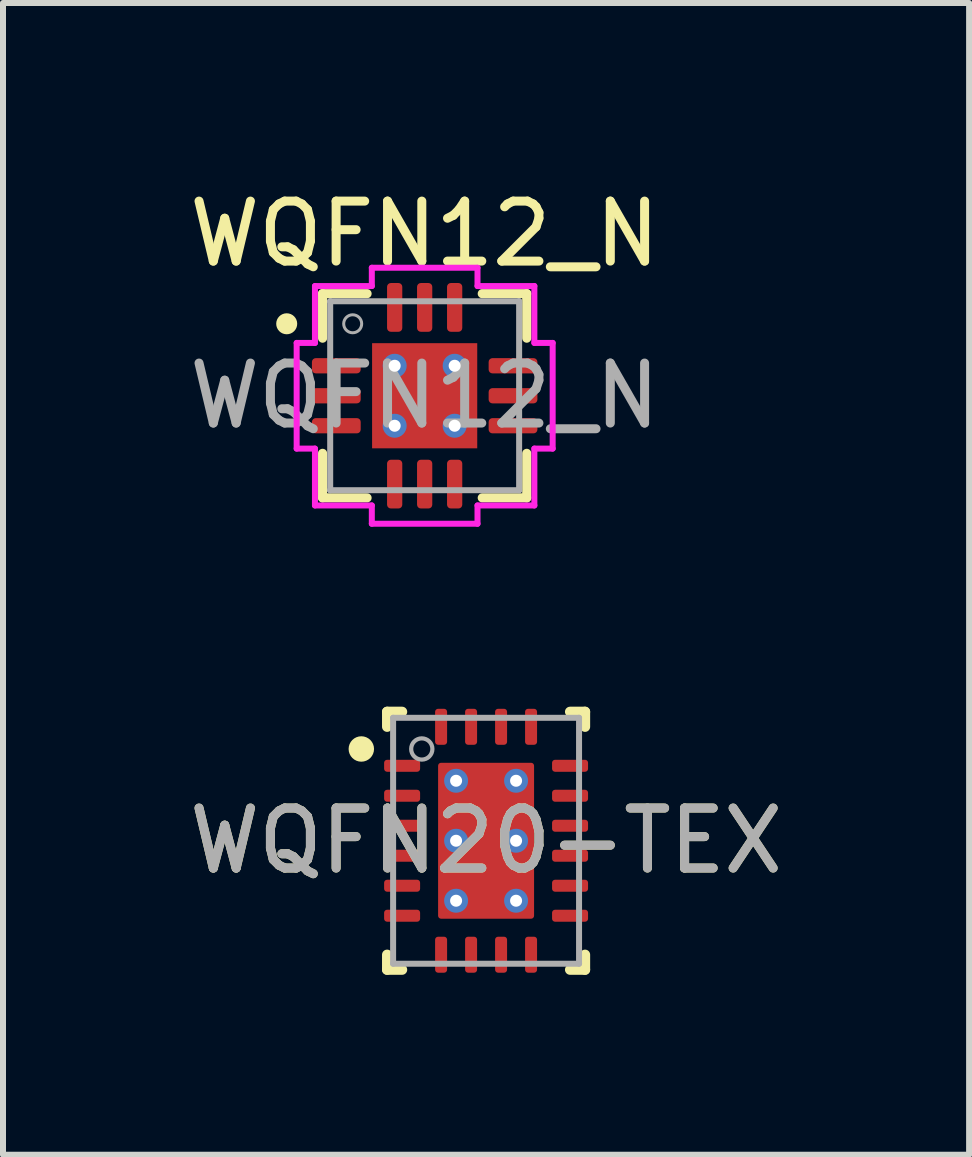
<source format=kicad_pcb>
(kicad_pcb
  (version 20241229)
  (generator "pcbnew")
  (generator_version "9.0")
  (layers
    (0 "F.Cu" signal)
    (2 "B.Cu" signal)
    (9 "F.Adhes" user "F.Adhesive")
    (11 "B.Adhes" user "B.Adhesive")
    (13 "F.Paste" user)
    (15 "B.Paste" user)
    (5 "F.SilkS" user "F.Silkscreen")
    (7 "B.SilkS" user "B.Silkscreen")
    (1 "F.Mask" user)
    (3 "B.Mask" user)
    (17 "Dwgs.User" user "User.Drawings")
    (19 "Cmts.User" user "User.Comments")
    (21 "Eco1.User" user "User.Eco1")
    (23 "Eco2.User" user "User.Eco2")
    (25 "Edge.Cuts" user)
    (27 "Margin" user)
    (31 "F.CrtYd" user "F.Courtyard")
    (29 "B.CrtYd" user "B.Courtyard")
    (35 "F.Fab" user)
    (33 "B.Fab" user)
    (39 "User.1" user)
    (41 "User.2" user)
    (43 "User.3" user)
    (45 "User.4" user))
  (footprint "WQFN20-TEX"
    (layer "F.Cu")
    (at 5.054 10.967)
    (property "Reference" "WQFN20-TEX" (at 0 0 0) (unlocked yes) (layer "F.SilkS") (effects (font (size 1 1) (thickness 0.15))))
    (attr smd)
    (fp_line (start -1.65 -1.9) (end -1.65 -2.15) (stroke (width 0.17) (type solid)) (layer "F.SilkS"))
    (fp_line (start -1.65 2.15) (end -1.65 1.9) (stroke (width 0.17) (type solid)) (layer "F.SilkS"))
    (fp_line (start -1.65 2.15) (end -1.4 2.15) (stroke (width 0.17) (type solid)) (layer "F.SilkS"))
    (fp_line (start -1.4 -2.15) (end -1.65 -2.15) (stroke (width 0.17) (type solid)) (layer "F.SilkS"))
    (fp_line (start 1.4 2.15) (end 1.65 2.15) (stroke (width 0.17) (type solid)) (layer "F.SilkS"))
    (fp_line (start 1.4 -2.15) (end 1.65 -2.15) (stroke (width 0.17) (type solid)) (layer "F.SilkS"))
    (fp_line (start 1.65 -1.9) (end 1.65 -2.15) (stroke (width 0.17) (type solid)) (layer "F.SilkS"))
    (fp_line (start 1.65 2.15) (end 1.65 1.9) (stroke (width 0.17) (type solid)) (layer "F.SilkS"))
    (fp_circle (center -2.08 -1.53) (end -1.903 -1.53) (stroke (width 0.07) (type solid)) (fill yes) (layer "F.SilkS"))
    (fp_rect (start -0.735 -1.25) (end 0.735 -0.1) (stroke (width 0) (type solid)) (fill yes) (layer "F.Paste"))
    (fp_rect (start -0.735 1.25) (end 0.735 0.1) (stroke (width 0) (type solid)) (fill yes) (layer "F.Paste"))
    (fp_line (start -1.55 -2.05) (end 1.55 -2.05) (stroke (width 0.1) (type solid)) (layer "F.Fab"))
    (fp_line (start -1.55 2.05) (end -1.55 -2.05) (stroke (width 0.1) (type solid)) (layer "F.Fab"))
    (fp_line (start -1.55 2.05) (end 1.55 2.05) (stroke (width 0.1) (type solid)) (layer "F.Fab"))
    (fp_line (start 1.55 2.05) (end 1.55 -2.05) (stroke (width 0.1) (type solid)) (layer "F.Fab"))
    (fp_circle (center -1.072 -1.53) (end -0.895 -1.53) (stroke (width 0.07) (type solid)) (fill no) (layer "F.Fab"))
    (fp_text user "${REFERENCE}" (at 0 0 0) (unlocked yes) (layer "F.Fab") (effects (font (size 1 1) (thickness 0.15))))
    (pad "1" smd roundrect (at -1.4 -1.25 90) (size 0.2 0.6) (layers "F.Cu" "F.Mask" "F.Paste") (roundrect_rratio 0.25))
    (pad "2" smd roundrect (at -1.4 -0.75 90) (size 0.2 0.6) (layers "F.Cu" "F.Mask" "F.Paste") (roundrect_rratio 0.25))
    (pad "3" smd roundrect (at -1.4 -0.25 90) (size 0.2 0.6) (layers "F.Cu" "F.Mask" "F.Paste") (roundrect_rratio 0.25))
    (pad "4" smd roundrect (at -1.4 0.25 90) (size 0.2 0.6) (layers "F.Cu" "F.Mask" "F.Paste") (roundrect_rratio 0.25))
    (pad "5" smd roundrect (at -1.4 0.75 90) (size 0.2 0.6) (layers "F.Cu" "F.Mask" "F.Paste") (roundrect_rratio 0.25))
    (pad "6" smd roundrect (at -1.4 1.25 90) (size 0.2 0.6) (layers "F.Cu" "F.Mask" "F.Paste") (roundrect_rratio 0.25))
    (pad "7" smd roundrect (at -0.75 1.9) (size 0.2 0.6) (layers "F.Cu" "F.Mask" "F.Paste") (roundrect_rratio 0.25))
    (pad "8" smd roundrect (at -0.25 1.9) (size 0.2 0.6) (layers "F.Cu" "F.Mask" "F.Paste") (roundrect_rratio 0.25))
    (pad "9" smd roundrect (at 0.25 1.9) (size 0.2 0.6) (layers "F.Cu" "F.Mask" "F.Paste") (roundrect_rratio 0.25))
    (pad "10" smd roundrect (at 0.75 1.9) (size 0.2 0.6) (layers "F.Cu" "F.Mask" "F.Paste") (roundrect_rratio 0.25))
    (pad "11" smd roundrect (at 1.4 1.25 90) (size 0.2 0.6) (layers "F.Cu" "F.Mask" "F.Paste") (roundrect_rratio 0.25))
    (pad "12" smd roundrect (at 1.4 0.75 90) (size 0.2 0.6) (layers "F.Cu" "F.Mask" "F.Paste") (roundrect_rratio 0.25))
    (pad "13" smd roundrect (at 1.4 0.25 90) (size 0.2 0.6) (layers "F.Cu" "F.Mask" "F.Paste") (roundrect_rratio 0.25))
    (pad "14" smd roundrect (at 1.4 -0.25 90) (size 0.2 0.6) (layers "F.Cu" "F.Mask" "F.Paste") (roundrect_rratio 0.25))
    (pad "15" smd roundrect (at 1.4 -0.75 90) (size 0.2 0.6) (layers "F.Cu" "F.Mask" "F.Paste") (roundrect_rratio 0.25))
    (pad "16" smd roundrect (at 1.4 -1.25 90) (size 0.2 0.6) (layers "F.Cu" "F.Mask" "F.Paste") (roundrect_rratio 0.25))
    (pad "17" smd roundrect (at 0.75 -1.9) (size 0.2 0.6) (layers "F.Cu" "F.Mask" "F.Paste") (roundrect_rratio 0.25))
    (pad "18" smd roundrect (at 0.25 -1.9) (size 0.2 0.6) (layers "F.Cu" "F.Mask" "F.Paste") (roundrect_rratio 0.25))
    (pad "19" smd roundrect (at -0.25 -1.9) (size 0.2 0.6) (layers "F.Cu" "F.Mask" "F.Paste") (roundrect_rratio 0.25))
    (pad "20" smd roundrect (at -0.75 -1.9) (size 0.2 0.6) (layers "F.Cu" "F.Mask" "F.Paste") (roundrect_rratio 0.25))
    (pad "21" thru_hole circle (at -0.5 -1) (size 0.4 0.4) (drill 0.2) (layers "*.Cu" "*.Mask"))
    (pad "21" thru_hole circle (at -0.5 0) (size 0.4 0.4) (drill 0.2) (layers "*.Cu" "*.Mask"))
    (pad "21" thru_hole circle (at -0.5 1) (size 0.4 0.4) (drill 0.2) (layers "*.Cu" "*.Mask"))
    (pad "21" smd roundrect (at 0 0 90) (size 2.6 1.6) (layers "F.Cu" "F.Mask") (roundrect_rratio 0.031))
    (pad "21" thru_hole circle (at 0.5 -1) (size 0.4 0.4) (drill 0.2) (layers "*.Cu" "*.Mask"))
    (pad "21" thru_hole circle (at 0.5 0) (size 0.4 0.4) (drill 0.2) (layers "*.Cu" "*.Mask"))
    (pad "21" thru_hole circle (at 0.5 1) (size 0.4 0.4) (drill 0.2) (layers "*.Cu" "*.Mask")))
  (footprint "WQFN12_N"
    (layer "F.Cu")
    (at 4.03 3.548)
    (property "Reference" "WQFN12_N" (at 0 -2.7 0) (unlocked yes) (layer "F.SilkS") (effects (font (size 1 1) (thickness 0.15))))
    (attr smd)
    (fp_line (start -1.702 -1.702) (end -1.702 -0.96) (stroke (width 0.152) (type solid)) (layer "F.SilkS"))
    (fp_line (start -1.702 0.96) (end -1.702 1.702) (stroke (width 0.152) (type solid)) (layer "F.SilkS"))
    (fp_line (start -1.702 1.702) (end -0.96 1.702) (stroke (width 0.152) (type solid)) (layer "F.SilkS"))
    (fp_line (start -0.96 -1.702) (end -1.702 -1.702) (stroke (width 0.152) (type solid)) (layer "F.SilkS"))
    (fp_line (start 0.96 1.702) (end 1.702 1.702) (stroke (width 0.152) (type solid)) (layer "F.SilkS"))
    (fp_line (start 1.702 -1.702) (end 0.96 -1.702) (stroke (width 0.152) (type solid)) (layer "F.SilkS"))
    (fp_line (start 1.702 -0.96) (end 1.702 -1.702) (stroke (width 0.152) (type solid)) (layer "F.SilkS"))
    (fp_line (start 1.702 1.702) (end 1.702 0.96) (stroke (width 0.152) (type solid)) (layer "F.SilkS"))
    (fp_circle (center -2.3 -1.2) (end -2.15 -1.2) (stroke (width 0.05) (type solid)) (fill yes) (layer "F.SilkS"))
    (fp_rect (start -0.825 -0.825) (end 0.825 0.825) (stroke (width 0.01) (type solid)) (fill yes) (layer "F.Paste"))
    (fp_line (start -2.134 -0.881) (end -1.829 -0.881) (stroke (width 0.1) (type solid)) (layer "F.CrtYd"))
    (fp_line (start -2.134 0.881) (end -2.134 -0.881) (stroke (width 0.1) (type solid)) (layer "F.CrtYd"))
    (fp_line (start -1.829 -1.829) (end -0.881 -1.829) (stroke (width 0.1) (type solid)) (layer "F.CrtYd"))
    (fp_line (start -1.829 -0.881) (end -1.829 -1.829) (stroke (width 0.1) (type solid)) (layer "F.CrtYd"))
    (fp_line (start -1.829 0.881) (end -2.134 0.881) (stroke (width 0.1) (type solid)) (layer "F.CrtYd"))
    (fp_line (start -1.829 1.829) (end -1.829 0.881) (stroke (width 0.1) (type solid)) (layer "F.CrtYd"))
    (fp_line (start -0.881 -2.134) (end 0.881 -2.134) (stroke (width 0.1) (type solid)) (layer "F.CrtYd"))
    (fp_line (start -0.881 -1.829) (end -0.881 -2.134) (stroke (width 0.1) (type solid)) (layer "F.CrtYd"))
    (fp_line (start -0.881 1.829) (end -1.829 1.829) (stroke (width 0.1) (type solid)) (layer "F.CrtYd"))
    (fp_line (start -0.881 2.134) (end -0.881 1.829) (stroke (width 0.1) (type solid)) (layer "F.CrtYd"))
    (fp_line (start 0.881 -2.134) (end 0.881 -1.829) (stroke (width 0.1) (type solid)) (layer "F.CrtYd"))
    (fp_line (start 0.881 -1.829) (end 1.829 -1.829) (stroke (width 0.1) (type solid)) (layer "F.CrtYd"))
    (fp_line (start 0.881 1.829) (end 0.881 2.134) (stroke (width 0.1) (type solid)) (layer "F.CrtYd"))
    (fp_line (start 0.881 2.134) (end -0.881 2.134) (stroke (width 0.1) (type solid)) (layer "F.CrtYd"))
    (fp_line (start 1.829 -1.829) (end 1.829 -0.881) (stroke (width 0.1) (type solid)) (layer "F.CrtYd"))
    (fp_line (start 1.829 -0.881) (end 2.134 -0.881) (stroke (width 0.1) (type solid)) (layer "F.CrtYd"))
    (fp_line (start 1.829 0.881) (end 1.829 1.829) (stroke (width 0.1) (type solid)) (layer "F.CrtYd"))
    (fp_line (start 1.829 1.829) (end 0.881 1.829) (stroke (width 0.1) (type solid)) (layer "F.CrtYd"))
    (fp_line (start 2.134 -0.881) (end 2.134 0.881) (stroke (width 0.1) (type solid)) (layer "F.CrtYd"))
    (fp_line (start 2.134 0.881) (end 1.829 0.881) (stroke (width 0.1) (type solid)) (layer "F.CrtYd"))
    (fp_line (start -1.575 -1.575) (end -1.575 -1.575) (stroke (width 0.1) (type solid)) (layer "F.Fab"))
    (fp_line (start -1.575 -1.575) (end -1.575 1.575) (stroke (width 0.1) (type solid)) (layer "F.Fab"))
    (fp_line (start -1.575 -0.653) (end -1.575 -0.653) (stroke (width 0.025) (type solid)) (layer "F.Fab"))
    (fp_line (start -1.575 -0.653) (end -1.575 -0.348) (stroke (width 0.025) (type solid)) (layer "F.Fab"))
    (fp_line (start -1.575 -0.348) (end -1.575 -0.653) (stroke (width 0.025) (type solid)) (layer "F.Fab"))
    (fp_line (start -1.575 -0.348) (end -1.575 -0.348) (stroke (width 0.025) (type solid)) (layer "F.Fab"))
    (fp_line (start -1.575 -0.152) (end -1.575 -0.152) (stroke (width 0.025) (type solid)) (layer "F.Fab"))
    (fp_line (start -1.575 -0.152) (end -1.575 0.152) (stroke (width 0.025) (type solid)) (layer "F.Fab"))
    (fp_line (start -1.575 0.152) (end -1.575 -0.152) (stroke (width 0.025) (type solid)) (layer "F.Fab"))
    (fp_line (start -1.575 0.152) (end -1.575 0.152) (stroke (width 0.025) (type solid)) (layer "F.Fab"))
    (fp_line (start -1.575 0.348) (end -1.575 0.348) (stroke (width 0.025) (type solid)) (layer "F.Fab"))
    (fp_line (start -1.575 0.348) (end -1.575 0.653) (stroke (width 0.025) (type solid)) (layer "F.Fab"))
    (fp_line (start -1.575 0.653) (end -1.575 0.348) (stroke (width 0.025) (type solid)) (layer "F.Fab"))
    (fp_line (start -1.575 0.653) (end -1.575 0.653) (stroke (width 0.025) (type solid)) (layer "F.Fab"))
    (fp_line (start -1.575 1.575) (end -1.575 1.575) (stroke (width 0.1) (type solid)) (layer "F.Fab"))
    (fp_line (start -1.575 1.575) (end 1.575 1.575) (stroke (width 0.1) (type solid)) (layer "F.Fab"))
    (fp_line (start -0.653 -1.575) (end -0.653 -1.575) (stroke (width 0.025) (type solid)) (layer "F.Fab"))
    (fp_line (start -0.653 -1.575) (end -0.348 -1.575) (stroke (width 0.025) (type solid)) (layer "F.Fab"))
    (fp_line (start -0.653 1.575) (end -0.653 1.575) (stroke (width 0.025) (type solid)) (layer "F.Fab"))
    (fp_line (start -0.653 1.575) (end -0.348 1.575) (stroke (width 0.025) (type solid)) (layer "F.Fab"))
    (fp_line (start -0.348 -1.575) (end -0.653 -1.575) (stroke (width 0.025) (type solid)) (layer "F.Fab"))
    (fp_line (start -0.348 -1.575) (end -0.348 -1.575) (stroke (width 0.025) (type solid)) (layer "F.Fab"))
    (fp_line (start -0.348 1.575) (end -0.653 1.575) (stroke (width 0.025) (type solid)) (layer "F.Fab"))
    (fp_line (start -0.348 1.575) (end -0.348 1.575) (stroke (width 0.025) (type solid)) (layer "F.Fab"))
    (fp_line (start -0.152 -1.575) (end -0.152 -1.575) (stroke (width 0.025) (type solid)) (layer "F.Fab"))
    (fp_line (start -0.152 -1.575) (end 0.152 -1.575) (stroke (width 0.025) (type solid)) (layer "F.Fab"))
    (fp_line (start -0.152 1.575) (end -0.152 1.575) (stroke (width 0.025) (type solid)) (layer "F.Fab"))
    (fp_line (start -0.152 1.575) (end 0.152 1.575) (stroke (width 0.025) (type solid)) (layer "F.Fab"))
    (fp_line (start 0.152 -1.575) (end -0.152 -1.575) (stroke (width 0.025) (type solid)) (layer "F.Fab"))
    (fp_line (start 0.152 -1.575) (end 0.152 -1.575) (stroke (width 0.025) (type solid)) (layer "F.Fab"))
    (fp_line (start 0.152 1.575) (end -0.152 1.575) (stroke (width 0.025) (type solid)) (layer "F.Fab"))
    (fp_line (start 0.152 1.575) (end 0.152 1.575) (stroke (width 0.025) (type solid)) (layer "F.Fab"))
    (fp_line (start 0.348 -1.575) (end 0.348 -1.575) (stroke (width 0.025) (type solid)) (layer "F.Fab"))
    (fp_line (start 0.348 -1.575) (end 0.653 -1.575) (stroke (width 0.025) (type solid)) (layer "F.Fab"))
    (fp_line (start 0.348 1.575) (end 0.348 1.575) (stroke (width 0.025) (type solid)) (layer "F.Fab"))
    (fp_line (start 0.348 1.575) (end 0.653 1.575) (stroke (width 0.025) (type solid)) (layer "F.Fab"))
    (fp_line (start 0.653 -1.575) (end 0.348 -1.575) (stroke (width 0.025) (type solid)) (layer "F.Fab"))
    (fp_line (start 0.653 -1.575) (end 0.653 -1.575) (stroke (width 0.025) (type solid)) (layer "F.Fab"))
    (fp_line (start 0.653 1.575) (end 0.348 1.575) (stroke (width 0.025) (type solid)) (layer "F.Fab"))
    (fp_line (start 0.653 1.575) (end 0.653 1.575) (stroke (width 0.025) (type solid)) (layer "F.Fab"))
    (fp_line (start 1.575 -1.575) (end -1.575 -1.575) (stroke (width 0.1) (type solid)) (layer "F.Fab"))
    (fp_line (start 1.575 -1.575) (end 1.575 -1.575) (stroke (width 0.1) (type solid)) (layer "F.Fab"))
    (fp_line (start 1.575 -0.653) (end 1.575 -0.653) (stroke (width 0.025) (type solid)) (layer "F.Fab"))
    (fp_line (start 1.575 -0.653) (end 1.575 -0.348) (stroke (width 0.025) (type solid)) (layer "F.Fab"))
    (fp_line (start 1.575 -0.348) (end 1.575 -0.653) (stroke (width 0.025) (type solid)) (layer "F.Fab"))
    (fp_line (start 1.575 -0.348) (end 1.575 -0.348) (stroke (width 0.025) (type solid)) (layer "F.Fab"))
    (fp_line (start 1.575 -0.152) (end 1.575 -0.152) (stroke (width 0.025) (type solid)) (layer "F.Fab"))
    (fp_line (start 1.575 -0.152) (end 1.575 0.152) (stroke (width 0.025) (type solid)) (layer "F.Fab"))
    (fp_line (start 1.575 0.152) (end 1.575 -0.152) (stroke (width 0.025) (type solid)) (layer "F.Fab"))
    (fp_line (start 1.575 0.152) (end 1.575 0.152) (stroke (width 0.025) (type solid)) (layer "F.Fab"))
    (fp_line (start 1.575 0.348) (end 1.575 0.348) (stroke (width 0.025) (type solid)) (layer "F.Fab"))
    (fp_line (start 1.575 0.348) (end 1.575 0.653) (stroke (width 0.025) (type solid)) (layer "F.Fab"))
    (fp_line (start 1.575 0.653) (end 1.575 0.348) (stroke (width 0.025) (type solid)) (layer "F.Fab"))
    (fp_line (start 1.575 0.653) (end 1.575 0.653) (stroke (width 0.025) (type solid)) (layer "F.Fab"))
    (fp_line (start 1.575 1.575) (end 1.575 -1.575) (stroke (width 0.1) (type solid)) (layer "F.Fab"))
    (fp_line (start 1.575 1.575) (end 1.575 1.575) (stroke (width 0.1) (type solid)) (layer "F.Fab"))
    (fp_circle (center -1.2 -1.2) (end -1.05 -1.2) (stroke (width 0.05) (type solid)) (fill no) (layer "F.Fab"))
    (fp_text user "${REFERENCE}" (at 0 0 0) (unlocked yes) (layer "F.Fab") (effects (font (size 1 1) (thickness 0.15))))
    (pad "1" smd roundrect (at -1.473 -0.5 90) (size 0.254 0.813) (layers "F.Cu" "F.Mask" "F.Paste") (roundrect_rratio 0.25))
    (pad "2" smd roundrect (at -1.473 0 90) (size 0.254 0.813) (layers "F.Cu" "F.Mask" "F.Paste") (roundrect_rratio 0.25))
    (pad "3" smd roundrect (at -1.473 0.5 90) (size 0.254 0.813) (layers "F.Cu" "F.Mask" "F.Paste") (roundrect_rratio 0.25))
    (pad "4" smd roundrect (at -0.5 1.473) (size 0.254 0.813) (layers "F.Cu" "F.Mask" "F.Paste") (roundrect_rratio 0.25))
    (pad "5" smd roundrect (at 0 1.473) (size 0.254 0.813) (layers "F.Cu" "F.Mask" "F.Paste") (roundrect_rratio 0.25))
    (pad "6" smd roundrect (at 0.5 1.473) (size 0.254 0.813) (layers "F.Cu" "F.Mask" "F.Paste") (roundrect_rratio 0.25))
    (pad "7" smd roundrect (at 1.473 0.5 90) (size 0.254 0.813) (layers "F.Cu" "F.Mask" "F.Paste") (roundrect_rratio 0.25))
    (pad "8" smd roundrect (at 1.473 0 90) (size 0.254 0.813) (layers "F.Cu" "F.Mask" "F.Paste") (roundrect_rratio 0.25))
    (pad "9" smd roundrect (at 1.473 -0.5 90) (size 0.254 0.813) (layers "F.Cu" "F.Mask" "F.Paste") (roundrect_rratio 0.25))
    (pad "10" smd roundrect (at 0.5 -1.473) (size 0.254 0.813) (layers "F.Cu" "F.Mask" "F.Paste") (roundrect_rratio 0.25))
    (pad "11" smd roundrect (at 0 -1.473) (size 0.254 0.813) (layers "F.Cu" "F.Mask" "F.Paste") (roundrect_rratio 0.25))
    (pad "12" smd roundrect (at -0.5 -1.473) (size 0.254 0.813) (layers "F.Cu" "F.Mask" "F.Paste") (roundrect_rratio 0.25))
    (pad "13" thru_hole circle (at -0.5 -0.5) (size 0.4 0.4) (drill 0.2) (layers "*.Cu" "*.Mask"))
    (pad "13" thru_hole circle (at -0.5 0.5) (size 0.4 0.4) (drill 0.2) (layers "*.Cu" "*.Mask"))
    (pad "13" smd rect (at 0 0) (size 1.753 1.753) (layers "F.Cu" "F.Mask"))
    (pad "13" thru_hole circle (at 0.5 -0.5) (size 0.4 0.4) (drill 0.2) (layers "*.Cu" "*.Mask"))
    (pad "13" thru_hole circle (at 0.5 0.5) (size 0.4 0.4) (drill 0.2) (layers "*.Cu" "*.Mask")))
  (gr_rect
    (start -3 -3)
    (end 13.107 16.202)
    (stroke (width 0.1) (type default))
    (fill no)
    (layer "Edge.Cuts")))
</source>
